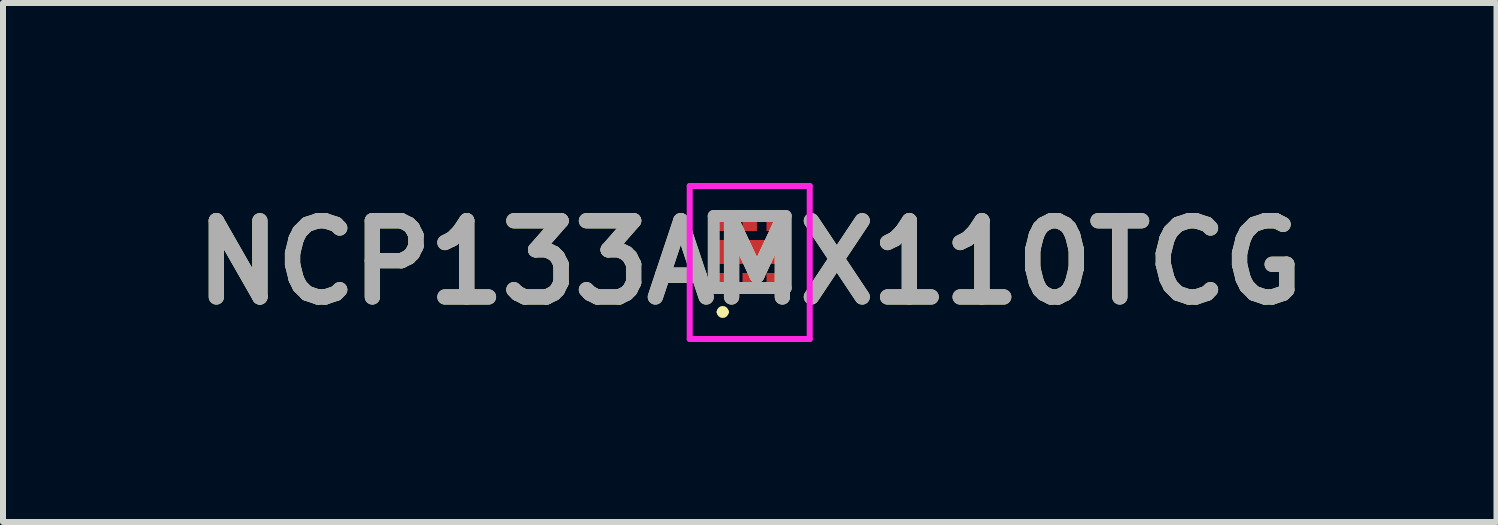
<source format=kicad_pcb>
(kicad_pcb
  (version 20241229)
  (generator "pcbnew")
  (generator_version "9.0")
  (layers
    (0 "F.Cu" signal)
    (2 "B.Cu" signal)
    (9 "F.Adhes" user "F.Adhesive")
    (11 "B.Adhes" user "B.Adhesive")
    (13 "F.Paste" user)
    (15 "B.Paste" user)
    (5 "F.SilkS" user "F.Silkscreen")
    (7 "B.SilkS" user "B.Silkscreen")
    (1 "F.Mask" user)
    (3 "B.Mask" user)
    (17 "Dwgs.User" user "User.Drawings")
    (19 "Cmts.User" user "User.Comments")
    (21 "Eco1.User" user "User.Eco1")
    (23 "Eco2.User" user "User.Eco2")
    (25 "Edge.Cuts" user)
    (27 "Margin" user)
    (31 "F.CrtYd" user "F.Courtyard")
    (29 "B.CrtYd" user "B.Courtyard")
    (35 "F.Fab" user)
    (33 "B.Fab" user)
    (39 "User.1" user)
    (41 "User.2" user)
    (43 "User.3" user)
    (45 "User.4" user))
  (footprint "NCP133AMX110TCG"
    (layer "F.Cu")
    (at 9.446 1.15)
    (property "Reference" "NCP133AMX110TCG" (at 0 0.175 0) (layer "F.SilkS") (effects (font (size 1.27 1.27) (thickness 0.254))))
    (attr smd)
    (fp_line (start -0.5 1) (end -0.5 1) (stroke (width 0.1) (type solid)) (layer "F.SilkS"))
    (fp_line (start -0.4 1) (end -0.4 1) (stroke (width 0.1) (type solid)) (layer "F.SilkS"))
    (fp_arc (start -0.5 1) (mid -0.45 0.95) (end -0.4 1) (stroke (width 0.1) (type solid)) (layer "F.SilkS"))
    (fp_arc (start -0.4 1) (mid -0.45 1.05) (end -0.5 1) (stroke (width 0.1) (type solid)) (layer "F.SilkS"))
    (fp_line (start -1 -1.1) (end 1 -1.1) (stroke (width 0.1) (type solid)) (layer "F.CrtYd"))
    (fp_line (start -1 1.45) (end -1 -1.1) (stroke (width 0.1) (type solid)) (layer "F.CrtYd"))
    (fp_line (start 1 -1.1) (end 1 1.45) (stroke (width 0.1) (type solid)) (layer "F.CrtYd"))
    (fp_line (start 1 1.45) (end -1 1.45) (stroke (width 0.1) (type solid)) (layer "F.CrtYd"))
    (fp_line (start -0.6 -0.6) (end 0.6 -0.6) (stroke (width 0.2) (type solid)) (layer "F.Fab"))
    (fp_line (start -0.6 0.6) (end -0.6 -0.6) (stroke (width 0.2) (type solid)) (layer "F.Fab"))
    (fp_line (start 0.6 -0.6) (end 0.6 0.6) (stroke (width 0.2) (type solid)) (layer "F.Fab"))
    (fp_line (start 0.6 0.6) (end -0.6 0.6) (stroke (width 0.2) (type solid)) (layer "F.Fab"))
    (fp_text user "${REFERENCE}" (at 0 0.175 0) (layer "F.Fab") (effects (font (size 1.27 1.27) (thickness 0.254))))
    (pad "1" smd rect (at -0.4 0.525) (size 0.24 0.35) (layers "F.Cu" "F.Mask" "F.Paste"))
    (pad "2" smd rect (at 0 0.525) (size 0.24 0.35) (layers "F.Cu" "F.Mask" "F.Paste"))
    (pad "3" smd rect (at 0.4 0.525) (size 0.24 0.35) (layers "F.Cu" "F.Mask" "F.Paste"))
    (pad "4" smd rect (at 0.4 -0.525) (size 0.24 0.35) (layers "F.Cu" "F.Mask" "F.Paste"))
    (pad "5" smd rect (at 0 -0.525) (size 0.24 0.35) (layers "F.Cu" "F.Mask" "F.Paste"))
    (pad "6" smd rect (at -0.4 -0.525) (size 0.24 0.35) (layers "F.Cu" "F.Mask" "F.Paste"))
    (pad "7" smd rect (at 0 0 90) (size 0.4 1.08) (layers "F.Cu" "F.Mask" "F.Paste")))
  (gr_rect
    (start -3 -3)
    (end 21.893 5.65)
    (stroke (width 0.1) (type default))
    (fill no)
    (layer "Edge.Cuts")))
</source>
